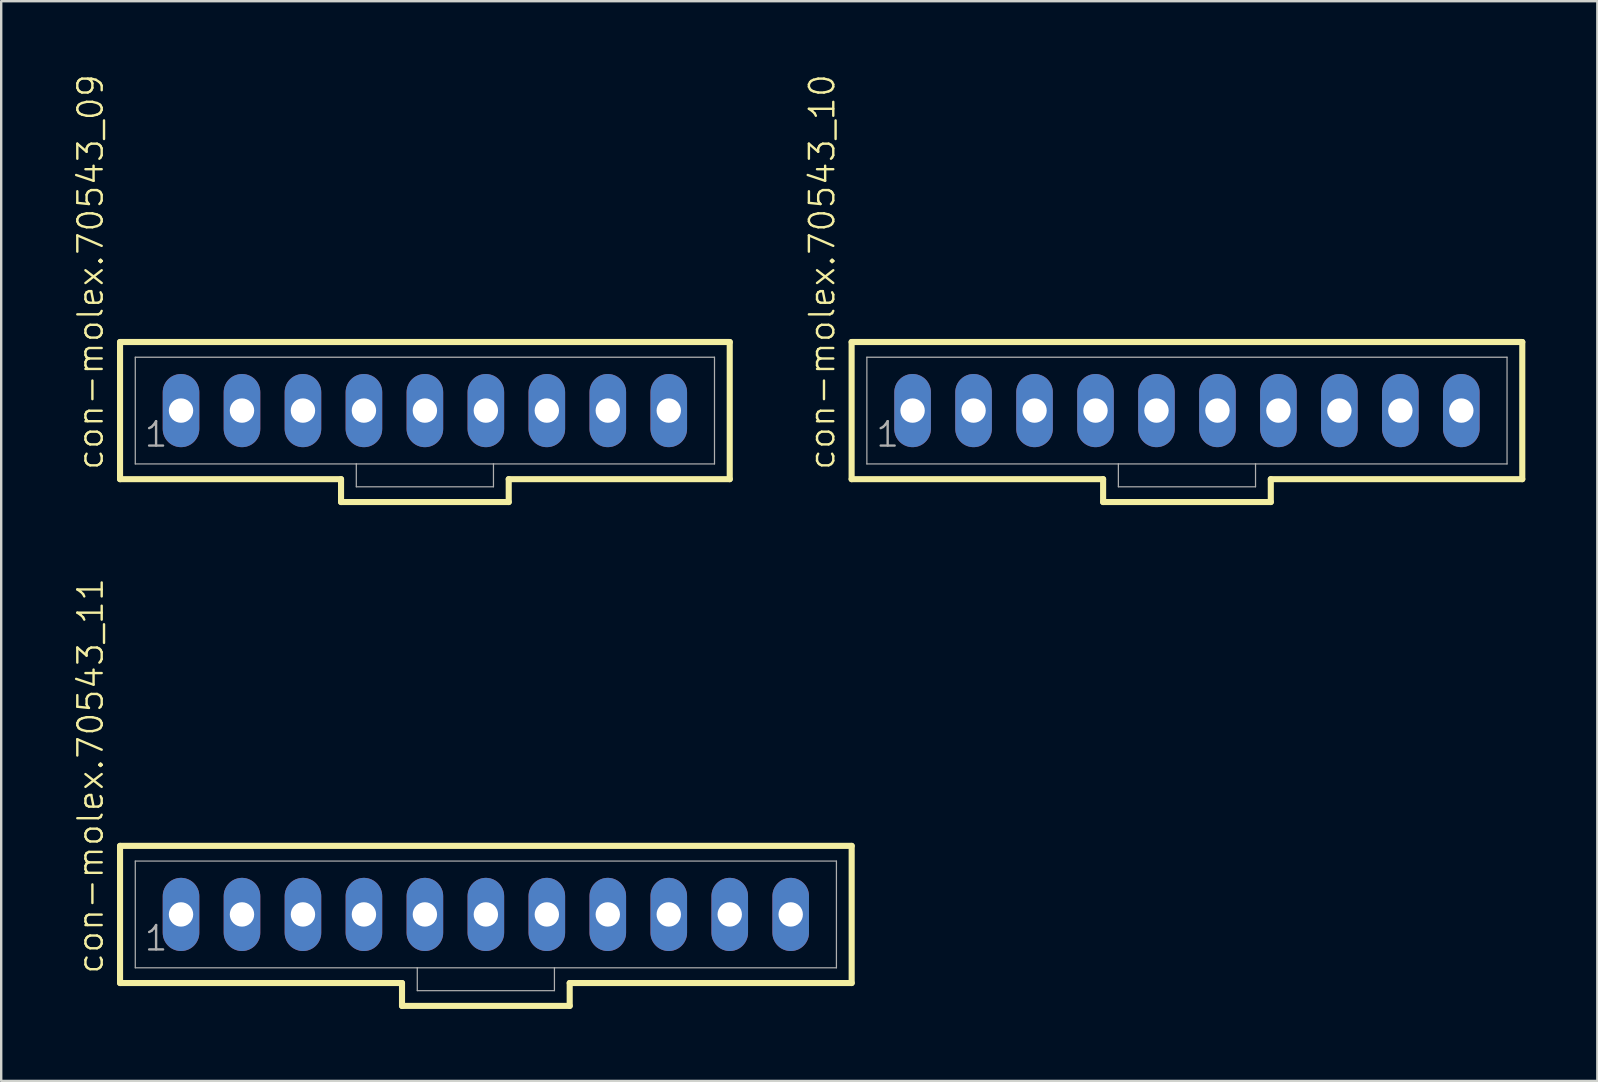
<source format=kicad_pcb>
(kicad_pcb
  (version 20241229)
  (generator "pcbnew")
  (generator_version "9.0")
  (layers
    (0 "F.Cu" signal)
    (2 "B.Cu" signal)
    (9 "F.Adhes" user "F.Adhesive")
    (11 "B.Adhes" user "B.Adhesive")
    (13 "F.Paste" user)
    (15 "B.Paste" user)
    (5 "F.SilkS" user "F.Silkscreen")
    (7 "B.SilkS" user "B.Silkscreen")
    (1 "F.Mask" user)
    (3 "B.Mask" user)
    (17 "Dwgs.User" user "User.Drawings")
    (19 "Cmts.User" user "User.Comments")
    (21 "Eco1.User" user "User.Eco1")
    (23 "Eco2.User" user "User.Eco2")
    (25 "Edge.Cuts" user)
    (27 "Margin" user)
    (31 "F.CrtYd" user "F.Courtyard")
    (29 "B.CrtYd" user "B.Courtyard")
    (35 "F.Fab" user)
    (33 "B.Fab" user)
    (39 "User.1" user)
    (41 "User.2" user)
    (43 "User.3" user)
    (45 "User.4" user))
  (footprint "con-molex.70543_10"
    (layer "F.Cu")
    (at 46.399 14.055)
    (property "Reference" "con-molex.70543_10" (at -14.605 2.54 90) (layer "F.SilkS") (effects (font (size 1.016 1.016) (thickness 0.1)) (justify left bottom)))
    (attr through_hole)
    (fp_line (start -13.97 -2.857) (end -13.97 2.857) (stroke (width 0.254) (type default)) (layer "F.SilkS"))
    (fp_line (start -13.97 2.857) (end -3.493 2.857) (stroke (width 0.254) (type default)) (layer "F.SilkS"))
    (fp_line (start -3.493 2.857) (end -3.493 3.81) (stroke (width 0.254) (type default)) (layer "F.SilkS"))
    (fp_line (start -3.493 3.81) (end 3.493 3.81) (stroke (width 0.254) (type default)) (layer "F.SilkS"))
    (fp_line (start 3.493 2.857) (end 13.97 2.857) (stroke (width 0.254) (type default)) (layer "F.SilkS"))
    (fp_line (start 3.493 3.81) (end 3.493 2.857) (stroke (width 0.254) (type default)) (layer "F.SilkS"))
    (fp_line (start 13.97 -2.857) (end -13.97 -2.857) (stroke (width 0.254) (type default)) (layer "F.SilkS"))
    (fp_line (start 13.97 2.857) (end 13.97 -2.857) (stroke (width 0.254) (type default)) (layer "F.SilkS"))
    (fp_line (start -13.335 -2.223) (end -13.335 2.223) (stroke (width 0.051) (type default)) (layer "F.Fab"))
    (fp_line (start -13.335 -2.223) (end 13.335 -2.223) (stroke (width 0.051) (type default)) (layer "F.Fab"))
    (fp_line (start -13.335 2.223) (end -2.857 2.223) (stroke (width 0.051) (type default)) (layer "F.Fab"))
    (fp_line (start -2.857 2.223) (end -2.857 3.175) (stroke (width 0.051) (type default)) (layer "F.Fab"))
    (fp_line (start -2.857 2.223) (end 2.857 2.223) (stroke (width 0.051) (type default)) (layer "F.Fab"))
    (fp_line (start 2.857 2.223) (end 2.857 3.175) (stroke (width 0.051) (type default)) (layer "F.Fab"))
    (fp_line (start 2.857 2.223) (end 13.335 2.223) (stroke (width 0.051) (type default)) (layer "F.Fab"))
    (fp_line (start 2.857 3.175) (end -2.857 3.175) (stroke (width 0.051) (type default)) (layer "F.Fab"))
    (fp_line (start 13.335 -2.223) (end 13.335 2.223) (stroke (width 0.051) (type default)) (layer "F.Fab"))
    (fp_rect (start -11.668 0.238) (end -11.192 -0.238) (stroke (width 0.05) (type default)) (fill no) (layer "F.Fab"))
    (fp_rect (start -9.128 0.238) (end -8.652 -0.238) (stroke (width 0.05) (type default)) (fill no) (layer "F.Fab"))
    (fp_rect (start -6.588 0.238) (end -6.112 -0.238) (stroke (width 0.05) (type default)) (fill no) (layer "F.Fab"))
    (fp_rect (start -4.048 0.238) (end -3.572 -0.238) (stroke (width 0.05) (type default)) (fill no) (layer "F.Fab"))
    (fp_rect (start -1.508 0.238) (end -1.032 -0.238) (stroke (width 0.05) (type default)) (fill no) (layer "F.Fab"))
    (fp_rect (start 1.032 0.238) (end 1.508 -0.238) (stroke (width 0.05) (type default)) (fill no) (layer "F.Fab"))
    (fp_rect (start 3.572 0.238) (end 4.048 -0.238) (stroke (width 0.05) (type default)) (fill no) (layer "F.Fab"))
    (fp_rect (start 6.112 0.238) (end 6.588 -0.238) (stroke (width 0.05) (type default)) (fill no) (layer "F.Fab"))
    (fp_rect (start 8.652 0.238) (end 9.128 -0.238) (stroke (width 0.05) (type default)) (fill no) (layer "F.Fab"))
    (fp_rect (start 11.192 0.238) (end 11.668 -0.238) (stroke (width 0.05) (type default)) (fill no) (layer "F.Fab"))
    (fp_text user "1" (at -13.018 1.587 0) (layer "F.Fab") (effects (font (size 1.016 1.016) (thickness 0.1)) (justify left bottom)))
    (pad "1" thru_hole oval (at -11.43 0 90) (size 3.048 1.524) (drill 1.016) (layers "*.Cu" "*.Mask"))
    (pad "2" thru_hole oval (at -8.89 0 90) (size 3.048 1.524) (drill 1.016) (layers "*.Cu" "*.Mask"))
    (pad "3" thru_hole oval (at -6.35 0 90) (size 3.048 1.524) (drill 1.016) (layers "*.Cu" "*.Mask"))
    (pad "4" thru_hole oval (at -3.81 0 90) (size 3.048 1.524) (drill 1.016) (layers "*.Cu" "*.Mask"))
    (pad "5" thru_hole oval (at -1.27 0 90) (size 3.048 1.524) (drill 1.016) (layers "*.Cu" "*.Mask"))
    (pad "6" thru_hole oval (at 1.27 0 90) (size 3.048 1.524) (drill 1.016) (layers "*.Cu" "*.Mask"))
    (pad "7" thru_hole oval (at 3.81 0 90) (size 3.048 1.524) (drill 1.016) (layers "*.Cu" "*.Mask"))
    (pad "8" thru_hole oval (at 6.35 0 90) (size 3.048 1.524) (drill 1.016) (layers "*.Cu" "*.Mask"))
    (pad "9" thru_hole oval (at 8.89 0 90) (size 3.048 1.524) (drill 1.016) (layers "*.Cu" "*.Mask"))
    (pad "10" thru_hole oval (at 11.43 0 90) (size 3.048 1.524) (drill 1.016) (layers "*.Cu" "*.Mask")))
  (footprint "con-molex.70543_11"
    (layer "F.Cu")
    (at 17.191 35.046)
    (property "Reference" "con-molex.70543_11" (at -15.875 2.54 90) (layer "F.SilkS") (effects (font (size 1.016 1.016) (thickness 0.1)) (justify left bottom)))
    (attr through_hole)
    (fp_line (start -15.24 -2.857) (end -15.24 2.857) (stroke (width 0.254) (type default)) (layer "F.SilkS"))
    (fp_line (start -15.24 2.857) (end -3.493 2.857) (stroke (width 0.254) (type default)) (layer "F.SilkS"))
    (fp_line (start -3.493 2.857) (end -3.493 3.81) (stroke (width 0.254) (type default)) (layer "F.SilkS"))
    (fp_line (start -3.493 3.81) (end 3.493 3.81) (stroke (width 0.254) (type default)) (layer "F.SilkS"))
    (fp_line (start 3.493 2.857) (end 15.24 2.857) (stroke (width 0.254) (type default)) (layer "F.SilkS"))
    (fp_line (start 3.493 3.81) (end 3.493 2.857) (stroke (width 0.254) (type default)) (layer "F.SilkS"))
    (fp_line (start 15.24 -2.857) (end -15.24 -2.857) (stroke (width 0.254) (type default)) (layer "F.SilkS"))
    (fp_line (start 15.24 2.857) (end 15.24 -2.857) (stroke (width 0.254) (type default)) (layer "F.SilkS"))
    (fp_line (start -14.605 -2.223) (end -14.605 2.223) (stroke (width 0.051) (type default)) (layer "F.Fab"))
    (fp_line (start -14.605 -2.223) (end 14.605 -2.223) (stroke (width 0.051) (type default)) (layer "F.Fab"))
    (fp_line (start -14.605 2.223) (end -2.857 2.223) (stroke (width 0.051) (type default)) (layer "F.Fab"))
    (fp_line (start -2.857 2.223) (end -2.857 3.175) (stroke (width 0.051) (type default)) (layer "F.Fab"))
    (fp_line (start -2.857 2.223) (end 2.857 2.223) (stroke (width 0.051) (type default)) (layer "F.Fab"))
    (fp_line (start 2.857 2.223) (end 2.857 3.175) (stroke (width 0.051) (type default)) (layer "F.Fab"))
    (fp_line (start 2.857 2.223) (end 14.605 2.223) (stroke (width 0.051) (type default)) (layer "F.Fab"))
    (fp_line (start 2.857 3.175) (end -2.857 3.175) (stroke (width 0.051) (type default)) (layer "F.Fab"))
    (fp_line (start 14.605 -2.223) (end 14.605 2.223) (stroke (width 0.051) (type default)) (layer "F.Fab"))
    (fp_rect (start -12.938 0.238) (end -12.462 -0.238) (stroke (width 0.05) (type default)) (fill no) (layer "F.Fab"))
    (fp_rect (start -10.398 0.238) (end -9.922 -0.238) (stroke (width 0.05) (type default)) (fill no) (layer "F.Fab"))
    (fp_rect (start -7.858 0.238) (end -7.382 -0.238) (stroke (width 0.05) (type default)) (fill no) (layer "F.Fab"))
    (fp_rect (start -5.318 0.238) (end -4.842 -0.238) (stroke (width 0.05) (type default)) (fill no) (layer "F.Fab"))
    (fp_rect (start -2.778 0.238) (end -2.302 -0.238) (stroke (width 0.05) (type default)) (fill no) (layer "F.Fab"))
    (fp_rect (start -0.238 0.238) (end 0.238 -0.238) (stroke (width 0.05) (type default)) (fill no) (layer "F.Fab"))
    (fp_rect (start 2.302 0.238) (end 2.778 -0.238) (stroke (width 0.05) (type default)) (fill no) (layer "F.Fab"))
    (fp_rect (start 4.842 0.238) (end 5.318 -0.238) (stroke (width 0.05) (type default)) (fill no) (layer "F.Fab"))
    (fp_rect (start 7.382 0.238) (end 7.858 -0.238) (stroke (width 0.05) (type default)) (fill no) (layer "F.Fab"))
    (fp_rect (start 9.922 0.238) (end 10.398 -0.238) (stroke (width 0.05) (type default)) (fill no) (layer "F.Fab"))
    (fp_rect (start 12.462 0.238) (end 12.938 -0.238) (stroke (width 0.05) (type default)) (fill no) (layer "F.Fab"))
    (fp_text user "1" (at -14.287 1.587 0) (layer "F.Fab") (effects (font (size 1.016 1.016) (thickness 0.1)) (justify left bottom)))
    (pad "1" thru_hole oval (at -12.7 0 90) (size 3.048 1.524) (drill 1.016) (layers "*.Cu" "*.Mask"))
    (pad "2" thru_hole oval (at -10.16 0 90) (size 3.048 1.524) (drill 1.016) (layers "*.Cu" "*.Mask"))
    (pad "3" thru_hole oval (at -7.62 0 90) (size 3.048 1.524) (drill 1.016) (layers "*.Cu" "*.Mask"))
    (pad "4" thru_hole oval (at -5.08 0 90) (size 3.048 1.524) (drill 1.016) (layers "*.Cu" "*.Mask"))
    (pad "5" thru_hole oval (at -2.54 0 90) (size 3.048 1.524) (drill 1.016) (layers "*.Cu" "*.Mask"))
    (pad "6" thru_hole oval (at 0 0 90) (size 3.048 1.524) (drill 1.016) (layers "*.Cu" "*.Mask"))
    (pad "7" thru_hole oval (at 2.54 0 90) (size 3.048 1.524) (drill 1.016) (layers "*.Cu" "*.Mask"))
    (pad "8" thru_hole oval (at 5.08 0 90) (size 3.048 1.524) (drill 1.016) (layers "*.Cu" "*.Mask"))
    (pad "9" thru_hole oval (at 7.62 0 90) (size 3.048 1.524) (drill 1.016) (layers "*.Cu" "*.Mask"))
    (pad "10" thru_hole oval (at 10.16 0 90) (size 3.048 1.524) (drill 1.016) (layers "*.Cu" "*.Mask"))
    (pad "11" thru_hole oval (at 12.7 0 90) (size 3.048 1.524) (drill 1.016) (layers "*.Cu" "*.Mask")))
  (footprint "con-molex.70543_09"
    (layer "F.Cu")
    (at 14.651 14.055)
    (property "Reference" "con-molex.70543_09" (at -13.335 2.54 90) (layer "F.SilkS") (effects (font (size 1.016 1.016) (thickness 0.1)) (justify left bottom)))
    (attr through_hole)
    (fp_line (start -12.7 -2.857) (end -12.7 2.857) (stroke (width 0.254) (type default)) (layer "F.SilkS"))
    (fp_line (start -12.7 2.857) (end -3.493 2.857) (stroke (width 0.254) (type default)) (layer "F.SilkS"))
    (fp_line (start -3.493 2.857) (end -3.493 3.81) (stroke (width 0.254) (type default)) (layer "F.SilkS"))
    (fp_line (start -3.493 3.81) (end 3.493 3.81) (stroke (width 0.254) (type default)) (layer "F.SilkS"))
    (fp_line (start 3.493 2.857) (end 12.7 2.857) (stroke (width 0.254) (type default)) (layer "F.SilkS"))
    (fp_line (start 3.493 3.81) (end 3.493 2.857) (stroke (width 0.254) (type default)) (layer "F.SilkS"))
    (fp_line (start 12.7 -2.857) (end -12.7 -2.857) (stroke (width 0.254) (type default)) (layer "F.SilkS"))
    (fp_line (start 12.7 2.857) (end 12.7 -2.857) (stroke (width 0.254) (type default)) (layer "F.SilkS"))
    (fp_line (start -12.065 -2.223) (end -12.065 2.223) (stroke (width 0.051) (type default)) (layer "F.Fab"))
    (fp_line (start -12.065 -2.223) (end 12.065 -2.223) (stroke (width 0.051) (type default)) (layer "F.Fab"))
    (fp_line (start -12.065 2.223) (end -2.857 2.223) (stroke (width 0.051) (type default)) (layer "F.Fab"))
    (fp_line (start -2.857 2.223) (end -2.857 3.175) (stroke (width 0.051) (type default)) (layer "F.Fab"))
    (fp_line (start -2.857 2.223) (end 2.857 2.223) (stroke (width 0.051) (type default)) (layer "F.Fab"))
    (fp_line (start 2.857 2.223) (end 2.857 3.175) (stroke (width 0.051) (type default)) (layer "F.Fab"))
    (fp_line (start 2.857 2.223) (end 12.065 2.223) (stroke (width 0.051) (type default)) (layer "F.Fab"))
    (fp_line (start 2.857 3.175) (end -2.857 3.175) (stroke (width 0.051) (type default)) (layer "F.Fab"))
    (fp_line (start 12.065 -2.223) (end 12.065 2.223) (stroke (width 0.051) (type default)) (layer "F.Fab"))
    (fp_rect (start -10.398 0.238) (end -9.922 -0.238) (stroke (width 0.05) (type default)) (fill no) (layer "F.Fab"))
    (fp_rect (start -7.858 0.238) (end -7.382 -0.238) (stroke (width 0.05) (type default)) (fill no) (layer "F.Fab"))
    (fp_rect (start -5.318 0.238) (end -4.842 -0.238) (stroke (width 0.05) (type default)) (fill no) (layer "F.Fab"))
    (fp_rect (start -2.778 0.238) (end -2.302 -0.238) (stroke (width 0.05) (type default)) (fill no) (layer "F.Fab"))
    (fp_rect (start -0.238 0.238) (end 0.238 -0.238) (stroke (width 0.05) (type default)) (fill no) (layer "F.Fab"))
    (fp_rect (start 2.302 0.238) (end 2.778 -0.238) (stroke (width 0.05) (type default)) (fill no) (layer "F.Fab"))
    (fp_rect (start 4.842 0.238) (end 5.318 -0.238) (stroke (width 0.05) (type default)) (fill no) (layer "F.Fab"))
    (fp_rect (start 7.382 0.238) (end 7.858 -0.238) (stroke (width 0.05) (type default)) (fill no) (layer "F.Fab"))
    (fp_rect (start 9.922 0.238) (end 10.398 -0.238) (stroke (width 0.05) (type default)) (fill no) (layer "F.Fab"))
    (fp_text user "1" (at -11.748 1.587 0) (layer "F.Fab") (effects (font (size 1.016 1.016) (thickness 0.1)) (justify left bottom)))
    (pad "1" thru_hole oval (at -10.16 0 90) (size 3.048 1.524) (drill 1.016) (layers "*.Cu" "*.Mask"))
    (pad "2" thru_hole oval (at -7.62 0 90) (size 3.048 1.524) (drill 1.016) (layers "*.Cu" "*.Mask"))
    (pad "3" thru_hole oval (at -5.08 0 90) (size 3.048 1.524) (drill 1.016) (layers "*.Cu" "*.Mask"))
    (pad "4" thru_hole oval (at -2.54 0 90) (size 3.048 1.524) (drill 1.016) (layers "*.Cu" "*.Mask"))
    (pad "5" thru_hole oval (at 0 0 90) (size 3.048 1.524) (drill 1.016) (layers "*.Cu" "*.Mask"))
    (pad "6" thru_hole oval (at 2.54 0 90) (size 3.048 1.524) (drill 1.016) (layers "*.Cu" "*.Mask"))
    (pad "7" thru_hole oval (at 5.08 0 90) (size 3.048 1.524) (drill 1.016) (layers "*.Cu" "*.Mask"))
    (pad "8" thru_hole oval (at 7.62 0 90) (size 3.048 1.524) (drill 1.016) (layers "*.Cu" "*.Mask"))
    (pad "9" thru_hole oval (at 10.16 0 90) (size 3.048 1.524) (drill 1.016) (layers "*.Cu" "*.Mask")))
  (gr_rect
    (start -3 -3)
    (end 63.496 41.983)
    (stroke (width 0.1) (type default))
    (fill no)
    (layer "Edge.Cuts")))
</source>
